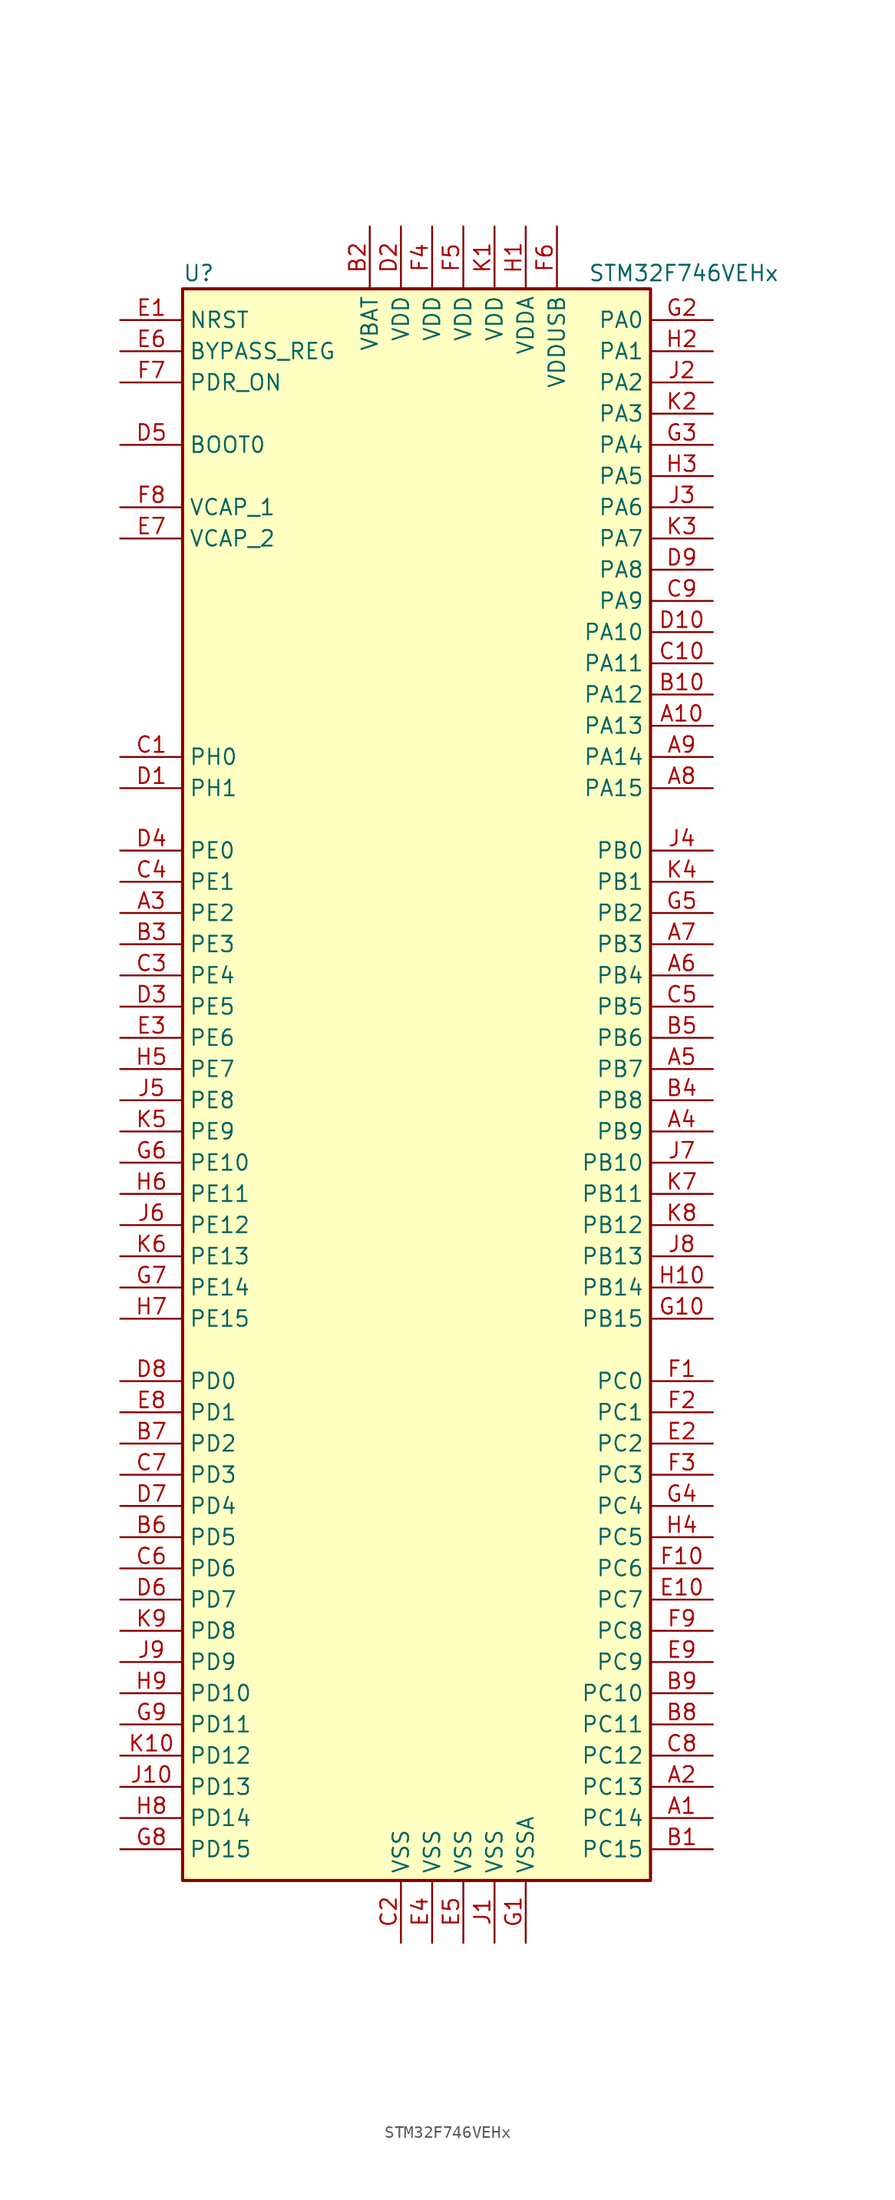
<source format=kicad_sym>
(kicad_symbol_lib
  (version 20201005)
  (generator kicad_symbol_editor)
  (symbol "STM32F746VEHx"
    (property "Reference" "U"
      (at -20.32 64.77 0)
      (effects (font (size 1.27 1.27)) (justify left)))
    (property "Value" "STM32F746VEHx"
      (at 12.7 64.77 0)
      (effects (font (size 1.27 1.27)) (justify left)))
    (symbol "STM32F746VEHx_0_1"
      (rectangle (start -20.32 -66.04) (end 17.78 63.5) (stroke (width 0.254)) (fill (type background))))
    (symbol "STM32F746VEHx_1_1"
      (pin bidirectional line (at 22.86 -60.96 180) (length 5.08) (name "PC14" (effects (font (size 1.27 1.27)))) (number "A1" (effects (font (size 1.27 1.27)))))
      (pin bidirectional line (at 22.86 27.94 180) (length 5.08) (name "PA13" (effects (font (size 1.27 1.27)))) (number "A10" (effects (font (size 1.27 1.27)))))
      (pin bidirectional line (at 22.86 -58.42 180) (length 5.08) (name "PC13" (effects (font (size 1.27 1.27)))) (number "A2" (effects (font (size 1.27 1.27)))))
      (pin bidirectional line (at -25.4 12.7 0) (length 5.08) (name "PE2" (effects (font (size 1.27 1.27)))) (number "A3" (effects (font (size 1.27 1.27)))))
      (pin bidirectional line (at 22.86 -5.08 180) (length 5.08) (name "PB9" (effects (font (size 1.27 1.27)))) (number "A4" (effects (font (size 1.27 1.27)))))
      (pin bidirectional line (at 22.86 0 180) (length 5.08) (name "PB7" (effects (font (size 1.27 1.27)))) (number "A5" (effects (font (size 1.27 1.27)))))
      (pin bidirectional line (at 22.86 7.62 180) (length 5.08) (name "PB4" (effects (font (size 1.27 1.27)))) (number "A6" (effects (font (size 1.27 1.27)))))
      (pin bidirectional line (at 22.86 10.16 180) (length 5.08) (name "PB3" (effects (font (size 1.27 1.27)))) (number "A7" (effects (font (size 1.27 1.27)))))
      (pin bidirectional line (at 22.86 22.86 180) (length 5.08) (name "PA15" (effects (font (size 1.27 1.27)))) (number "A8" (effects (font (size 1.27 1.27)))))
      (pin bidirectional line (at 22.86 25.4 180) (length 5.08) (name "PA14" (effects (font (size 1.27 1.27)))) (number "A9" (effects (font (size 1.27 1.27)))))
      (pin bidirectional line (at 22.86 -63.5 180) (length 5.08) (name "PC15" (effects (font (size 1.27 1.27)))) (number "B1" (effects (font (size 1.27 1.27)))))
      (pin bidirectional line (at 22.86 30.48 180) (length 5.08) (name "PA12" (effects (font (size 1.27 1.27)))) (number "B10" (effects (font (size 1.27 1.27)))))
      (pin power_in line (at -5.08 68.58 270) (length 5.08) (name "VBAT" (effects (font (size 1.27 1.27)))) (number "B2" (effects (font (size 1.27 1.27)))))
      (pin bidirectional line (at -25.4 10.16 0) (length 5.08) (name "PE3" (effects (font (size 1.27 1.27)))) (number "B3" (effects (font (size 1.27 1.27)))))
      (pin bidirectional line (at 22.86 -2.54 180) (length 5.08) (name "PB8" (effects (font (size 1.27 1.27)))) (number "B4" (effects (font (size 1.27 1.27)))))
      (pin bidirectional line (at 22.86 2.54 180) (length 5.08) (name "PB6" (effects (font (size 1.27 1.27)))) (number "B5" (effects (font (size 1.27 1.27)))))
      (pin bidirectional line (at -25.4 -38.1 0) (length 5.08) (name "PD5" (effects (font (size 1.27 1.27)))) (number "B6" (effects (font (size 1.27 1.27)))))
      (pin bidirectional line (at -25.4 -30.48 0) (length 5.08) (name "PD2" (effects (font (size 1.27 1.27)))) (number "B7" (effects (font (size 1.27 1.27)))))
      (pin bidirectional line (at 22.86 -53.34 180) (length 5.08) (name "PC11" (effects (font (size 1.27 1.27)))) (number "B8" (effects (font (size 1.27 1.27)))))
      (pin bidirectional line (at 22.86 -50.8 180) (length 5.08) (name "PC10" (effects (font (size 1.27 1.27)))) (number "B9" (effects (font (size 1.27 1.27)))))
      (pin input line (at -25.4 25.4 0) (length 5.08) (name "PH0" (effects (font (size 1.27 1.27)))) (number "C1" (effects (font (size 1.27 1.27)))))
      (pin bidirectional line (at 22.86 33.02 180) (length 5.08) (name "PA11" (effects (font (size 1.27 1.27)))) (number "C10" (effects (font (size 1.27 1.27)))))
      (pin power_in line (at -2.54 -71.12 90) (length 5.08) (name "VSS" (effects (font (size 1.27 1.27)))) (number "C2" (effects (font (size 1.27 1.27)))))
      (pin bidirectional line (at -25.4 7.62 0) (length 5.08) (name "PE4" (effects (font (size 1.27 1.27)))) (number "C3" (effects (font (size 1.27 1.27)))))
      (pin bidirectional line (at -25.4 15.24 0) (length 5.08) (name "PE1" (effects (font (size 1.27 1.27)))) (number "C4" (effects (font (size 1.27 1.27)))))
      (pin bidirectional line (at 22.86 5.08 180) (length 5.08) (name "PB5" (effects (font (size 1.27 1.27)))) (number "C5" (effects (font (size 1.27 1.27)))))
      (pin bidirectional line (at -25.4 -40.64 0) (length 5.08) (name "PD6" (effects (font (size 1.27 1.27)))) (number "C6" (effects (font (size 1.27 1.27)))))
      (pin bidirectional line (at -25.4 -33.02 0) (length 5.08) (name "PD3" (effects (font (size 1.27 1.27)))) (number "C7" (effects (font (size 1.27 1.27)))))
      (pin bidirectional line (at 22.86 -55.88 180) (length 5.08) (name "PC12" (effects (font (size 1.27 1.27)))) (number "C8" (effects (font (size 1.27 1.27)))))
      (pin bidirectional line (at 22.86 38.1 180) (length 5.08) (name "PA9" (effects (font (size 1.27 1.27)))) (number "C9" (effects (font (size 1.27 1.27)))))
      (pin input line (at -25.4 22.86 0) (length 5.08) (name "PH1" (effects (font (size 1.27 1.27)))) (number "D1" (effects (font (size 1.27 1.27)))))
      (pin bidirectional line (at 22.86 35.56 180) (length 5.08) (name "PA10" (effects (font (size 1.27 1.27)))) (number "D10" (effects (font (size 1.27 1.27)))))
      (pin power_in line (at -2.54 68.58 270) (length 5.08) (name "VDD" (effects (font (size 1.27 1.27)))) (number "D2" (effects (font (size 1.27 1.27)))))
      (pin bidirectional line (at -25.4 5.08 0) (length 5.08) (name "PE5" (effects (font (size 1.27 1.27)))) (number "D3" (effects (font (size 1.27 1.27)))))
      (pin bidirectional line (at -25.4 17.78 0) (length 5.08) (name "PE0" (effects (font (size 1.27 1.27)))) (number "D4" (effects (font (size 1.27 1.27)))))
      (pin input line (at -25.4 50.8 0) (length 5.08) (name "BOOT0" (effects (font (size 1.27 1.27)))) (number "D5" (effects (font (size 1.27 1.27)))))
      (pin bidirectional line (at -25.4 -43.18 0) (length 5.08) (name "PD7" (effects (font (size 1.27 1.27)))) (number "D6" (effects (font (size 1.27 1.27)))))
      (pin bidirectional line (at -25.4 -35.56 0) (length 5.08) (name "PD4" (effects (font (size 1.27 1.27)))) (number "D7" (effects (font (size 1.27 1.27)))))
      (pin bidirectional line (at -25.4 -25.4 0) (length 5.08) (name "PD0" (effects (font (size 1.27 1.27)))) (number "D8" (effects (font (size 1.27 1.27)))))
      (pin bidirectional line (at 22.86 40.64 180) (length 5.08) (name "PA8" (effects (font (size 1.27 1.27)))) (number "D9" (effects (font (size 1.27 1.27)))))
      (pin input line (at -25.4 60.96 0) (length 5.08) (name "NRST" (effects (font (size 1.27 1.27)))) (number "E1" (effects (font (size 1.27 1.27)))))
      (pin bidirectional line (at 22.86 -43.18 180) (length 5.08) (name "PC7" (effects (font (size 1.27 1.27)))) (number "E10" (effects (font (size 1.27 1.27)))))
      (pin bidirectional line (at 22.86 -30.48 180) (length 5.08) (name "PC2" (effects (font (size 1.27 1.27)))) (number "E2" (effects (font (size 1.27 1.27)))))
      (pin bidirectional line (at -25.4 2.54 0) (length 5.08) (name "PE6" (effects (font (size 1.27 1.27)))) (number "E3" (effects (font (size 1.27 1.27)))))
      (pin power_in line (at 0 -71.12 90) (length 5.08) (name "VSS" (effects (font (size 1.27 1.27)))) (number "E4" (effects (font (size 1.27 1.27)))))
      (pin power_in line (at 2.54 -71.12 90) (length 5.08) (name "VSS" (effects (font (size 1.27 1.27)))) (number "E5" (effects (font (size 1.27 1.27)))))
      (pin input line (at -25.4 58.42 0) (length 5.08) (name "BYPASS_REG" (effects (font (size 1.27 1.27)))) (number "E6" (effects (font (size 1.27 1.27)))))
      (pin power_in line (at -25.4 43.18 0) (length 5.08) (name "VCAP_2" (effects (font (size 1.27 1.27)))) (number "E7" (effects (font (size 1.27 1.27)))))
      (pin bidirectional line (at -25.4 -27.94 0) (length 5.08) (name "PD1" (effects (font (size 1.27 1.27)))) (number "E8" (effects (font (size 1.27 1.27)))))
      (pin bidirectional line (at 22.86 -48.26 180) (length 5.08) (name "PC9" (effects (font (size 1.27 1.27)))) (number "E9" (effects (font (size 1.27 1.27)))))
      (pin bidirectional line (at 22.86 -25.4 180) (length 5.08) (name "PC0" (effects (font (size 1.27 1.27)))) (number "F1" (effects (font (size 1.27 1.27)))))
      (pin bidirectional line (at 22.86 -40.64 180) (length 5.08) (name "PC6" (effects (font (size 1.27 1.27)))) (number "F10" (effects (font (size 1.27 1.27)))))
      (pin bidirectional line (at 22.86 -27.94 180) (length 5.08) (name "PC1" (effects (font (size 1.27 1.27)))) (number "F2" (effects (font (size 1.27 1.27)))))
      (pin bidirectional line (at 22.86 -33.02 180) (length 5.08) (name "PC3" (effects (font (size 1.27 1.27)))) (number "F3" (effects (font (size 1.27 1.27)))))
      (pin power_in line (at 0 68.58 270) (length 5.08) (name "VDD" (effects (font (size 1.27 1.27)))) (number "F4" (effects (font (size 1.27 1.27)))))
      (pin power_in line (at 2.54 68.58 270) (length 5.08) (name "VDD" (effects (font (size 1.27 1.27)))) (number "F5" (effects (font (size 1.27 1.27)))))
      (pin power_in line (at 10.16 68.58 270) (length 5.08) (name "VDDUSB" (effects (font (size 1.27 1.27)))) (number "F6" (effects (font (size 1.27 1.27)))))
      (pin input line (at -25.4 55.88 0) (length 5.08) (name "PDR_ON" (effects (font (size 1.27 1.27)))) (number "F7" (effects (font (size 1.27 1.27)))))
      (pin power_in line (at -25.4 45.72 0) (length 5.08) (name "VCAP_1" (effects (font (size 1.27 1.27)))) (number "F8" (effects (font (size 1.27 1.27)))))
      (pin bidirectional line (at 22.86 -45.72 180) (length 5.08) (name "PC8" (effects (font (size 1.27 1.27)))) (number "F9" (effects (font (size 1.27 1.27)))))
      (pin power_in line (at 7.62 -71.12 90) (length 5.08) (name "VSSA" (effects (font (size 1.27 1.27)))) (number "G1" (effects (font (size 1.27 1.27)))))
      (pin bidirectional line (at 22.86 -20.32 180) (length 5.08) (name "PB15" (effects (font (size 1.27 1.27)))) (number "G10" (effects (font (size 1.27 1.27)))))
      (pin bidirectional line (at 22.86 60.96 180) (length 5.08) (name "PA0" (effects (font (size 1.27 1.27)))) (number "G2" (effects (font (size 1.27 1.27)))))
      (pin bidirectional line (at 22.86 50.8 180) (length 5.08) (name "PA4" (effects (font (size 1.27 1.27)))) (number "G3" (effects (font (size 1.27 1.27)))))
      (pin bidirectional line (at 22.86 -35.56 180) (length 5.08) (name "PC4" (effects (font (size 1.27 1.27)))) (number "G4" (effects (font (size 1.27 1.27)))))
      (pin bidirectional line (at 22.86 12.7 180) (length 5.08) (name "PB2" (effects (font (size 1.27 1.27)))) (number "G5" (effects (font (size 1.27 1.27)))))
      (pin bidirectional line (at -25.4 -7.62 0) (length 5.08) (name "PE10" (effects (font (size 1.27 1.27)))) (number "G6" (effects (font (size 1.27 1.27)))))
      (pin bidirectional line (at -25.4 -17.78 0) (length 5.08) (name "PE14" (effects (font (size 1.27 1.27)))) (number "G7" (effects (font (size 1.27 1.27)))))
      (pin bidirectional line (at -25.4 -63.5 0) (length 5.08) (name "PD15" (effects (font (size 1.27 1.27)))) (number "G8" (effects (font (size 1.27 1.27)))))
      (pin bidirectional line (at -25.4 -53.34 0) (length 5.08) (name "PD11" (effects (font (size 1.27 1.27)))) (number "G9" (effects (font (size 1.27 1.27)))))
      (pin power_in line (at 7.62 68.58 270) (length 5.08) (name "VDDA" (effects (font (size 1.27 1.27)))) (number "H1" (effects (font (size 1.27 1.27)))))
      (pin bidirectional line (at 22.86 -17.78 180) (length 5.08) (name "PB14" (effects (font (size 1.27 1.27)))) (number "H10" (effects (font (size 1.27 1.27)))))
      (pin bidirectional line (at 22.86 58.42 180) (length 5.08) (name "PA1" (effects (font (size 1.27 1.27)))) (number "H2" (effects (font (size 1.27 1.27)))))
      (pin bidirectional line (at 22.86 48.26 180) (length 5.08) (name "PA5" (effects (font (size 1.27 1.27)))) (number "H3" (effects (font (size 1.27 1.27)))))
      (pin bidirectional line (at 22.86 -38.1 180) (length 5.08) (name "PC5" (effects (font (size 1.27 1.27)))) (number "H4" (effects (font (size 1.27 1.27)))))
      (pin bidirectional line (at -25.4 0 0) (length 5.08) (name "PE7" (effects (font (size 1.27 1.27)))) (number "H5" (effects (font (size 1.27 1.27)))))
      (pin bidirectional line (at -25.4 -10.16 0) (length 5.08) (name "PE11" (effects (font (size 1.27 1.27)))) (number "H6" (effects (font (size 1.27 1.27)))))
      (pin bidirectional line (at -25.4 -20.32 0) (length 5.08) (name "PE15" (effects (font (size 1.27 1.27)))) (number "H7" (effects (font (size 1.27 1.27)))))
      (pin bidirectional line (at -25.4 -60.96 0) (length 5.08) (name "PD14" (effects (font (size 1.27 1.27)))) (number "H8" (effects (font (size 1.27 1.27)))))
      (pin bidirectional line (at -25.4 -50.8 0) (length 5.08) (name "PD10" (effects (font (size 1.27 1.27)))) (number "H9" (effects (font (size 1.27 1.27)))))
      (pin power_in line (at 5.08 -71.12 90) (length 5.08) (name "VSS" (effects (font (size 1.27 1.27)))) (number "J1" (effects (font (size 1.27 1.27)))))
      (pin bidirectional line (at -25.4 -58.42 0) (length 5.08) (name "PD13" (effects (font (size 1.27 1.27)))) (number "J10" (effects (font (size 1.27 1.27)))))
      (pin bidirectional line (at 22.86 55.88 180) (length 5.08) (name "PA2" (effects (font (size 1.27 1.27)))) (number "J2" (effects (font (size 1.27 1.27)))))
      (pin bidirectional line (at 22.86 45.72 180) (length 5.08) (name "PA6" (effects (font (size 1.27 1.27)))) (number "J3" (effects (font (size 1.27 1.27)))))
      (pin bidirectional line (at 22.86 17.78 180) (length 5.08) (name "PB0" (effects (font (size 1.27 1.27)))) (number "J4" (effects (font (size 1.27 1.27)))))
      (pin bidirectional line (at -25.4 -2.54 0) (length 5.08) (name "PE8" (effects (font (size 1.27 1.27)))) (number "J5" (effects (font (size 1.27 1.27)))))
      (pin bidirectional line (at -25.4 -12.7 0) (length 5.08) (name "PE12" (effects (font (size 1.27 1.27)))) (number "J6" (effects (font (size 1.27 1.27)))))
      (pin bidirectional line (at 22.86 -7.62 180) (length 5.08) (name "PB10" (effects (font (size 1.27 1.27)))) (number "J7" (effects (font (size 1.27 1.27)))))
      (pin bidirectional line (at 22.86 -15.24 180) (length 5.08) (name "PB13" (effects (font (size 1.27 1.27)))) (number "J8" (effects (font (size 1.27 1.27)))))
      (pin bidirectional line (at -25.4 -48.26 0) (length 5.08) (name "PD9" (effects (font (size 1.27 1.27)))) (number "J9" (effects (font (size 1.27 1.27)))))
      (pin power_in line (at 5.08 68.58 270) (length 5.08) (name "VDD" (effects (font (size 1.27 1.27)))) (number "K1" (effects (font (size 1.27 1.27)))))
      (pin bidirectional line (at -25.4 -55.88 0) (length 5.08) (name "PD12" (effects (font (size 1.27 1.27)))) (number "K10" (effects (font (size 1.27 1.27)))))
      (pin bidirectional line (at 22.86 53.34 180) (length 5.08) (name "PA3" (effects (font (size 1.27 1.27)))) (number "K2" (effects (font (size 1.27 1.27)))))
      (pin bidirectional line (at 22.86 43.18 180) (length 5.08) (name "PA7" (effects (font (size 1.27 1.27)))) (number "K3" (effects (font (size 1.27 1.27)))))
      (pin bidirectional line (at 22.86 15.24 180) (length 5.08) (name "PB1" (effects (font (size 1.27 1.27)))) (number "K4" (effects (font (size 1.27 1.27)))))
      (pin bidirectional line (at -25.4 -5.08 0) (length 5.08) (name "PE9" (effects (font (size 1.27 1.27)))) (number "K5" (effects (font (size 1.27 1.27)))))
      (pin bidirectional line (at -25.4 -15.24 0) (length 5.08) (name "PE13" (effects (font (size 1.27 1.27)))) (number "K6" (effects (font (size 1.27 1.27)))))
      (pin bidirectional line (at 22.86 -10.16 180) (length 5.08) (name "PB11" (effects (font (size 1.27 1.27)))) (number "K7" (effects (font (size 1.27 1.27)))))
      (pin bidirectional line (at 22.86 -12.7 180) (length 5.08) (name "PB12" (effects (font (size 1.27 1.27)))) (number "K8" (effects (font (size 1.27 1.27)))))
      (pin bidirectional line (at -25.4 -45.72 0) (length 5.08) (name "PD8" (effects (font (size 1.27 1.27)))) (number "K9" (effects (font (size 1.27 1.27))))))))
</source>
